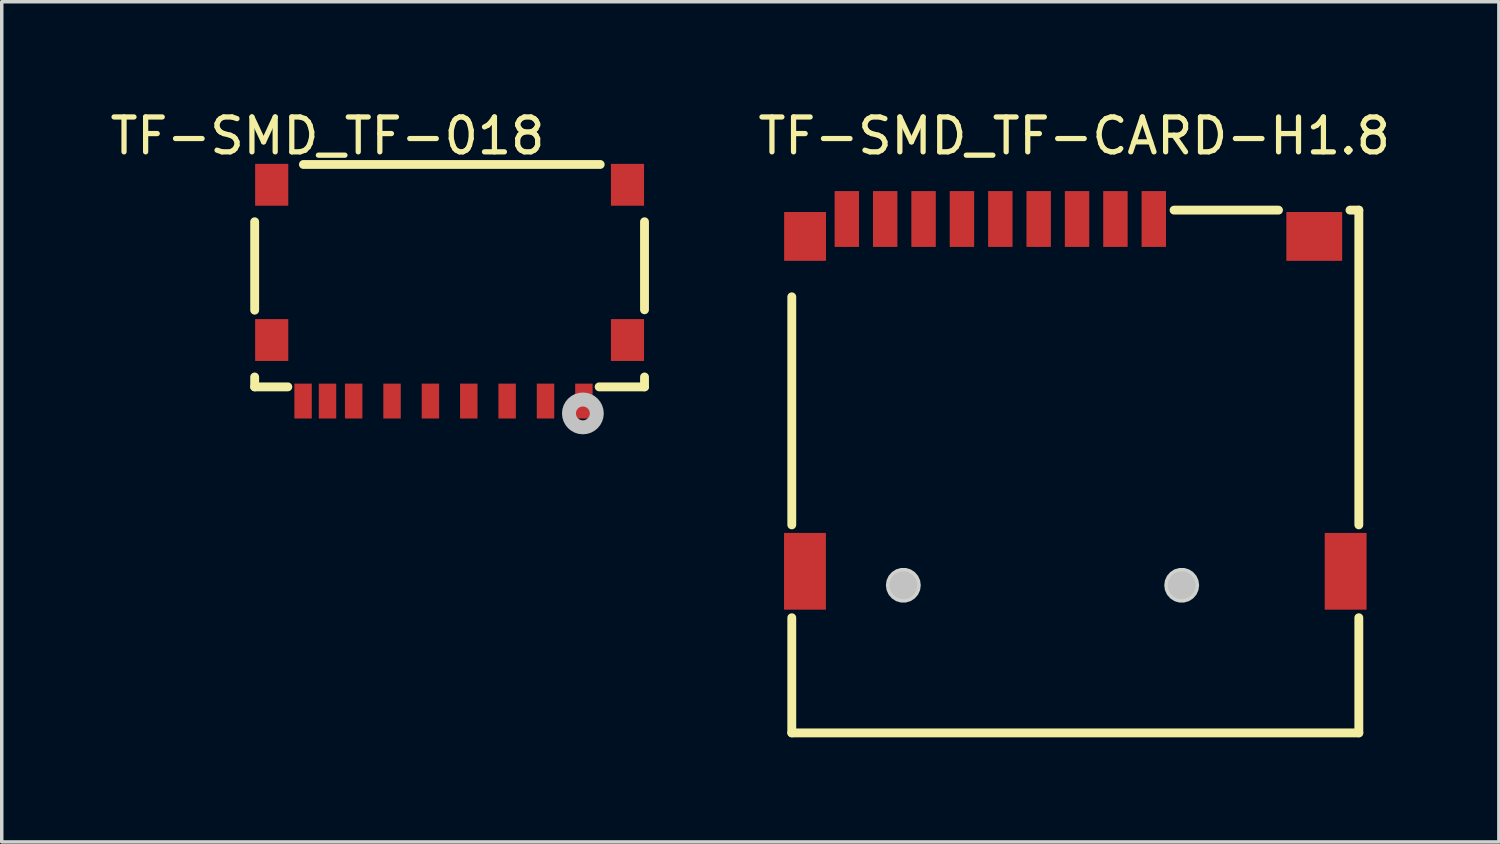
<source format=kicad_pcb>
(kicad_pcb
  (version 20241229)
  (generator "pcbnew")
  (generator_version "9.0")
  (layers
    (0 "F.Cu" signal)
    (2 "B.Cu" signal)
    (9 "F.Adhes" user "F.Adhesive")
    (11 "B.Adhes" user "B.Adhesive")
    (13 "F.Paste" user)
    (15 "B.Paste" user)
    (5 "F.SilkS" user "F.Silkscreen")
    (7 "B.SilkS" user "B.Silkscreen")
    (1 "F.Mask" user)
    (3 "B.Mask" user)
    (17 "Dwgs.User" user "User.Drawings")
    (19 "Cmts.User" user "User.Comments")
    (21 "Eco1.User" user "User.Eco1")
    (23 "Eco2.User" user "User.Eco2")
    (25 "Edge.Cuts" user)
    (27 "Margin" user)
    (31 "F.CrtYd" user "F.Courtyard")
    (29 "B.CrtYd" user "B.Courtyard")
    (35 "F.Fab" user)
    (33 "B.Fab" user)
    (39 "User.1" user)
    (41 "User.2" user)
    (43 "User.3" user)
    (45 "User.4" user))
  (footprint "TF-SMD_TF-CARD-H1.8"
    (layer "F.Cu")
    (at 27.777 8.278)
    (property "Reference" "TF-SMD_TF-CARD-H1.8" (at -0.03 -7.43 0) (layer "F.SilkS") (effects (font (size 1 1) (thickness 0.15))))
    (fp_line (start -8.128 -2.819) (end -8.128 3.719) (stroke (width 0.254) (type default)) (layer "F.SilkS"))
    (fp_line (start -8.128 6.381) (end -8.128 9.682) (stroke (width 0.254) (type default)) (layer "F.SilkS"))
    (fp_line (start -8.128 9.682) (end 8.128 9.682) (stroke (width 0.254) (type default)) (layer "F.SilkS"))
    (fp_line (start 5.825 -5.304) (end 2.831 -5.304) (stroke (width 0.254) (type default)) (layer "F.SilkS"))
    (fp_line (start 8.128 -5.304) (end 7.875 -5.304) (stroke (width 0.254) (type default)) (layer "F.SilkS"))
    (fp_line (start 8.128 3.719) (end 8.128 -5.304) (stroke (width 0.254) (type default)) (layer "F.SilkS"))
    (fp_line (start 8.128 9.682) (end 8.128 6.381) (stroke (width 0.254) (type default)) (layer "F.SilkS"))
    (fp_circle (center -4.93 5.45) (end -4.73 5.45) (stroke (width 0.4) (type default)) (fill no) (layer "Dwgs.User"))
    (fp_circle (center 3.05 5.45) (end 3.25 5.45) (stroke (width 0.4) (type default)) (fill no) (layer "Dwgs.User"))
    (fp_poly (pts (xy -4.43 5.45) (xy -4.45 5.309) (xy -4.509 5.18) (xy -4.603 5.072) (xy -4.722 4.995) (xy -4.859 4.955) (xy -5.001 4.955) (xy -5.138 4.995) (xy -5.257 5.072) (xy -5.351 5.18) (xy -5.41 5.309) (xy -5.43 5.45) (xy -5.41 5.591) (xy -5.351 5.72) (xy -5.257 5.828) (xy -5.138 5.905) (xy -5.001 5.945) (xy -4.859 5.945) (xy -4.722 5.905) (xy -4.603 5.828) (xy -4.509 5.72) (xy -4.45 5.591)) (stroke (width 0) (type default)) (fill yes) (layer "Edge.Cuts"))
    (fp_poly (pts (xy 3.55 5.45) (xy 3.53 5.309) (xy 3.471 5.18) (xy 3.377 5.072) (xy 3.258 4.995) (xy 3.121 4.955) (xy 2.979 4.955) (xy 2.842 4.995) (xy 2.723 5.072) (xy 2.629 5.18) (xy 2.57 5.309) (xy 2.55 5.45) (xy 2.57 5.591) (xy 2.629 5.72) (xy 2.723 5.828) (xy 2.842 5.905) (xy 2.979 5.945) (xy 3.121 5.945) (xy 3.258 5.905) (xy 3.377 5.828) (xy 3.471 5.72) (xy 3.53 5.591)) (stroke (width 0) (type default)) (fill yes) (layer "Edge.Cuts"))
    (fp_poly (pts (xy -7.85 -5.05) (xy -7.25 -5.05) (xy -7.25 -4.05) (xy -7.85 -4.05)) (stroke (width 0.1) (type default)) (fill no) (layer "User.1"))
    (fp_poly (pts (xy -7.85 4.25) (xy -7.25 4.25) (xy -7.25 5.85) (xy -7.85 5.85)) (stroke (width 0.1) (type default)) (fill no) (layer "User.1"))
    (fp_poly (pts (xy -6.8 -5.25) (xy -6.3 -5.25) (xy -6.3 -4.45) (xy -6.8 -4.45)) (stroke (width 0.1) (type default)) (fill no) (layer "User.1"))
    (fp_poly (pts (xy -5.7 -5.25) (xy -5.2 -5.25) (xy -5.2 -4.45) (xy -5.7 -4.45)) (stroke (width 0.1) (type default)) (fill no) (layer "User.1"))
    (fp_poly (pts (xy -4.6 -5.25) (xy -4.1 -5.25) (xy -4.1 -4.45) (xy -4.6 -4.45)) (stroke (width 0.1) (type default)) (fill no) (layer "User.1"))
    (fp_poly (pts (xy -3.5 -5.25) (xy -3 -5.25) (xy -3 -4.45) (xy -3.5 -4.45)) (stroke (width 0.1) (type default)) (fill no) (layer "User.1"))
    (fp_poly (pts (xy -2.4 -5.25) (xy -1.9 -5.25) (xy -1.9 -4.45) (xy -2.4 -4.45)) (stroke (width 0.1) (type default)) (fill no) (layer "User.1"))
    (fp_poly (pts (xy -1.3 -5.25) (xy -0.8 -5.25) (xy -0.8 -4.45) (xy -1.3 -4.45)) (stroke (width 0.1) (type default)) (fill no) (layer "User.1"))
    (fp_poly (pts (xy -0.2 -5.25) (xy 0.3 -5.25) (xy 0.3 -4.45) (xy -0.2 -4.45)) (stroke (width 0.1) (type default)) (fill no) (layer "User.1"))
    (fp_poly (pts (xy 0.9 -5.25) (xy 1.4 -5.25) (xy 1.4 -4.45) (xy 0.9 -4.45)) (stroke (width 0.1) (type default)) (fill no) (layer "User.1"))
    (fp_poly (pts (xy 2 -5.25) (xy 2.5 -5.25) (xy 2.5 -4.45) (xy 2 -4.45)) (stroke (width 0.1) (type default)) (fill no) (layer "User.1"))
    (fp_poly (pts (xy 6.35 -5.05) (xy 7.35 -5.05) (xy 7.35 -4.05) (xy 6.35 -4.05)) (stroke (width 0.1) (type default)) (fill no) (layer "User.1"))
    (fp_poly (pts (xy 7.25 4.25) (xy 7.85 4.25) (xy 7.85 5.85) (xy 7.25 5.85)) (stroke (width 0.1) (type default)) (fill no) (layer "User.1"))
    (fp_line (start -7.35 -5.05) (end 7.35 -5.05) (stroke (width 0.051) (type default)) (layer "User.2"))
    (fp_line (start -7.35 9.45) (end -7.35 -5.05) (stroke (width 0.051) (type default)) (layer "User.2"))
    (fp_line (start 7.35 -5.05) (end 7.35 9.45) (stroke (width 0.051) (type default)) (layer "User.2"))
    (fp_line (start 7.35 9.45) (end -7.35 9.45) (stroke (width 0.051) (type default)) (layer "User.2"))
    (fp_poly (pts (xy 7.91 -5.25) (xy 7.892 -5.292) (xy 7.85 -5.31) (xy 7.808 -5.292) (xy 7.79 -5.25) (xy 7.808 -5.208) (xy 7.85 -5.19) (xy 7.892 -5.208)) (stroke (width 0.1) (type default)) (fill no) (layer "User.3"))
    (pad "1" smd rect (at 2.25 -5.05) (size 0.7 1.6) (layers "F.Cu" "F.Mask" "F.Paste"))
    (pad "2" smd rect (at 1.15 -5.05) (size 0.7 1.6) (layers "F.Cu" "F.Mask" "F.Paste"))
    (pad "3" smd rect (at 0.05 -5.05) (size 0.7 1.6) (layers "F.Cu" "F.Mask" "F.Paste"))
    (pad "4" smd rect (at -1.05 -5.05) (size 0.7 1.6) (layers "F.Cu" "F.Mask" "F.Paste"))
    (pad "5" smd rect (at -2.15 -5.05) (size 0.7 1.6) (layers "F.Cu" "F.Mask" "F.Paste"))
    (pad "6" smd rect (at -3.25 -5.05) (size 0.7 1.6) (layers "F.Cu" "F.Mask" "F.Paste"))
    (pad "7" smd rect (at -4.35 -5.05) (size 0.7 1.6) (layers "F.Cu" "F.Mask" "F.Paste"))
    (pad "8" smd rect (at -5.45 -5.05) (size 0.7 1.6) (layers "F.Cu" "F.Mask" "F.Paste"))
    (pad "9" smd rect (at -6.55 -5.05) (size 0.7 1.6) (layers "F.Cu" "F.Mask" "F.Paste"))
    (pad "10" smd rect (at -7.747 -4.55) (size 1.2 1.4) (layers "F.Cu" "F.Mask" "F.Paste"))
    (pad "11" smd rect (at -7.75 5.05) (size 1.2 2.2) (layers "F.Cu" "F.Mask" "F.Paste"))
    (pad "12" smd rect (at 7.75 5.05) (size 1.2 2.2) (layers "F.Cu" "F.Mask" "F.Paste"))
    (pad "13" smd rect (at 6.85 -4.55) (size 1.6 1.4) (layers "F.Cu" "F.Mask" "F.Paste")))
  (footprint "TF-SMD_TF-018"
    (layer "F.Cu")
    (at 9.839 5.348)
    (property "Reference" "TF-SMD_TF-018" (at -3.5 -4.5 0) (layer "F.SilkS") (effects (font (size 1 1) (thickness 0.15))))
    (fp_line (start -5.588 -2.041) (end -5.588 0.494) (stroke (width 0.254) (type default)) (layer "F.SilkS"))
    (fp_line (start -5.588 2.409) (end -5.588 2.693) (stroke (width 0.254) (type default)) (layer "F.SilkS"))
    (fp_line (start -5.588 2.693) (end -4.637 2.693) (stroke (width 0.254) (type default)) (layer "F.SilkS"))
    (fp_line (start -4.191 -3.683) (end 4.318 -3.683) (stroke (width 0.254) (type default)) (layer "F.SilkS"))
    (fp_line (start 4.287 2.693) (end 5.588 2.693) (stroke (width 0.254) (type default)) (layer "F.SilkS"))
    (fp_line (start 5.588 0.483) (end 5.588 -2.041) (stroke (width 0.254) (type default)) (layer "F.SilkS"))
    (fp_line (start 5.588 2.693) (end 5.588 2.409) (stroke (width 0.254) (type default)) (layer "F.SilkS"))
    (fp_circle (center 3.821 3.454) (end 4.02 3.454) (stroke (width 0.4) (type default)) (fill no) (layer "Dwgs.User"))
    (fp_poly (pts (xy -5.5 -2.775) (xy -5.5 -3.425) (xy -4.7 -3.425) (xy -4.7 -2.775)) (stroke (width 0.1) (type default)) (fill no) (layer "User.1"))
    (fp_poly (pts (xy -5.5 1.675) (xy -5.5 1.025) (xy -4.7 1.025) (xy -4.7 1.675)) (stroke (width 0.1) (type default)) (fill no) (layer "User.1"))
    (fp_poly (pts (xy -4.375 2.699) (xy -4.375 2.279) (xy -4.025 2.279) (xy -4.025 2.699)) (stroke (width 0.1) (type default)) (fill no) (layer "User.1"))
    (fp_poly (pts (xy -4.375 3.288) (xy -4.375 2.688) (xy -4.025 2.688) (xy -4.025 3.288)) (stroke (width 0.1) (type default)) (fill no) (layer "User.1"))
    (fp_poly (pts (xy -3.675 2.699) (xy -3.675 2.279) (xy -3.325 2.279) (xy -3.325 2.699)) (stroke (width 0.1) (type default)) (fill no) (layer "User.1"))
    (fp_poly (pts (xy -3.675 3.288) (xy -3.675 2.688) (xy -3.325 2.688) (xy -3.325 3.288)) (stroke (width 0.1) (type default)) (fill no) (layer "User.1"))
    (fp_poly (pts (xy -2.925 2.699) (xy -2.925 2.279) (xy -2.575 2.279) (xy -2.575 2.699)) (stroke (width 0.1) (type default)) (fill no) (layer "User.1"))
    (fp_poly (pts (xy -2.925 3.288) (xy -2.925 2.688) (xy -2.575 2.688) (xy -2.575 3.288)) (stroke (width 0.1) (type default)) (fill no) (layer "User.1"))
    (fp_poly (pts (xy -1.825 2.699) (xy -1.825 2.279) (xy -1.475 2.279) (xy -1.475 2.699)) (stroke (width 0.1) (type default)) (fill no) (layer "User.1"))
    (fp_poly (pts (xy -1.825 3.288) (xy -1.825 2.688) (xy -1.475 2.688) (xy -1.475 3.288)) (stroke (width 0.1) (type default)) (fill no) (layer "User.1"))
    (fp_poly (pts (xy -0.725 2.699) (xy -0.725 2.279) (xy -0.375 2.279) (xy -0.375 2.699)) (stroke (width 0.1) (type default)) (fill no) (layer "User.1"))
    (fp_poly (pts (xy -0.725 3.288) (xy -0.725 2.688) (xy -0.375 2.688) (xy -0.375 3.288)) (stroke (width 0.1) (type default)) (fill no) (layer "User.1"))
    (fp_poly (pts (xy 0.375 2.699) (xy 0.375 2.279) (xy 0.725 2.279) (xy 0.725 2.699)) (stroke (width 0.1) (type default)) (fill no) (layer "User.1"))
    (fp_poly (pts (xy 0.375 3.288) (xy 0.375 2.688) (xy 0.725 2.688) (xy 0.725 3.288)) (stroke (width 0.1) (type default)) (fill no) (layer "User.1"))
    (fp_poly (pts (xy 1.475 2.699) (xy 1.475 2.279) (xy 1.825 2.279) (xy 1.825 2.699)) (stroke (width 0.1) (type default)) (fill no) (layer "User.1"))
    (fp_poly (pts (xy 1.475 3.288) (xy 1.475 2.688) (xy 1.825 2.688) (xy 1.825 3.288)) (stroke (width 0.1) (type default)) (fill no) (layer "User.1"))
    (fp_poly (pts (xy 2.575 2.699) (xy 2.575 2.279) (xy 2.925 2.279) (xy 2.925 2.699)) (stroke (width 0.1) (type default)) (fill no) (layer "User.1"))
    (fp_poly (pts (xy 2.575 3.288) (xy 2.575 2.688) (xy 2.925 2.688) (xy 2.925 3.288)) (stroke (width 0.1) (type default)) (fill no) (layer "User.1"))
    (fp_poly (pts (xy 3.675 2.699) (xy 3.675 2.279) (xy 4.025 2.279) (xy 4.025 2.699)) (stroke (width 0.1) (type default)) (fill no) (layer "User.1"))
    (fp_poly (pts (xy 3.675 3.288) (xy 3.675 2.688) (xy 4.025 2.688) (xy 4.025 3.288)) (stroke (width 0.1) (type default)) (fill no) (layer "User.1"))
    (fp_poly (pts (xy 4.7 -2.775) (xy 4.7 -3.425) (xy 5.5 -3.425) (xy 5.5 -2.775)) (stroke (width 0.1) (type default)) (fill no) (layer "User.1"))
    (fp_poly (pts (xy 4.7 1.675) (xy 4.7 1.025) (xy 5.5 1.025) (xy 5.5 1.675)) (stroke (width 0.1) (type default)) (fill no) (layer "User.1"))
    (fp_line (start -5.625 -3.711) (end 5.625 -3.711) (stroke (width 0.051) (type default)) (layer "User.2"))
    (fp_line (start -5.625 2.289) (end -5.625 -3.711) (stroke (width 0.051) (type default)) (layer "User.2"))
    (fp_line (start 5.625 -3.711) (end 5.625 2.289) (stroke (width 0.051) (type default)) (layer "User.2"))
    (fp_line (start 5.625 2.289) (end -5.625 2.289) (stroke (width 0.051) (type default)) (layer "User.2"))
    (fp_poly (pts (xy 5.685 3.288) (xy 5.667 3.246) (xy 5.625 3.228) (xy 5.583 3.246) (xy 5.565 3.288) (xy 5.583 3.331) (xy 5.625 3.349) (xy 5.667 3.331)) (stroke (width 0.1) (type default)) (fill no) (layer "User.3"))
    (pad "1" smd rect (at 3.85 3.1) (size 0.5 1) (layers "F.Cu" "F.Mask" "F.Paste"))
    (pad "2" smd rect (at 2.75 3.1) (size 0.5 1) (layers "F.Cu" "F.Mask" "F.Paste"))
    (pad "3" smd rect (at 1.65 3.1) (size 0.5 1) (layers "F.Cu" "F.Mask" "F.Paste"))
    (pad "4" smd rect (at 0.55 3.1) (size 0.5 1) (layers "F.Cu" "F.Mask" "F.Paste"))
    (pad "5" smd rect (at -0.55 3.1) (size 0.5 1) (layers "F.Cu" "F.Mask" "F.Paste"))
    (pad "6" smd rect (at -1.65 3.1) (size 0.5 1) (layers "F.Cu" "F.Mask" "F.Paste"))
    (pad "7" smd rect (at -2.75 3.1) (size 0.5 1) (layers "F.Cu" "F.Mask" "F.Paste"))
    (pad "8" smd rect (at -3.5 3.1) (size 0.5 1) (layers "F.Cu" "F.Mask" "F.Paste"))
    (pad "9" smd rect (at -4.2 3.1) (size 0.5 1) (layers "F.Cu" "F.Mask" "F.Paste"))
    (pad "10" smd rect (at -5.1 -3.1) (size 0.95 1.2) (layers "F.Cu" "F.Mask" "F.Paste"))
    (pad "10" smd rect (at -5.1 1.35) (size 0.95 1.2) (layers "F.Cu" "F.Mask" "F.Paste"))
    (pad "10" smd rect (at 5.1 -3.1) (size 0.95 1.2) (layers "F.Cu" "F.Mask" "F.Paste"))
    (pad "10" smd rect (at 5.1 1.35) (size 0.95 1.2) (layers "F.Cu" "F.Mask" "F.Paste")))
  (gr_rect
    (start -3 -3)
    (end 39.92 21.087)
    (stroke (width 0.1) (type default))
    (fill no)
    (layer "Edge.Cuts")))
</source>
